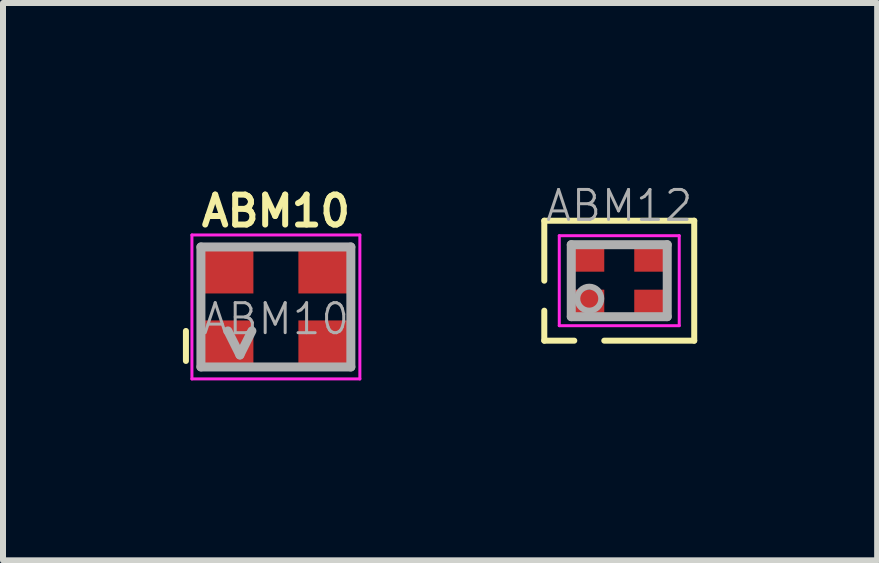
<source format=kicad_pcb>
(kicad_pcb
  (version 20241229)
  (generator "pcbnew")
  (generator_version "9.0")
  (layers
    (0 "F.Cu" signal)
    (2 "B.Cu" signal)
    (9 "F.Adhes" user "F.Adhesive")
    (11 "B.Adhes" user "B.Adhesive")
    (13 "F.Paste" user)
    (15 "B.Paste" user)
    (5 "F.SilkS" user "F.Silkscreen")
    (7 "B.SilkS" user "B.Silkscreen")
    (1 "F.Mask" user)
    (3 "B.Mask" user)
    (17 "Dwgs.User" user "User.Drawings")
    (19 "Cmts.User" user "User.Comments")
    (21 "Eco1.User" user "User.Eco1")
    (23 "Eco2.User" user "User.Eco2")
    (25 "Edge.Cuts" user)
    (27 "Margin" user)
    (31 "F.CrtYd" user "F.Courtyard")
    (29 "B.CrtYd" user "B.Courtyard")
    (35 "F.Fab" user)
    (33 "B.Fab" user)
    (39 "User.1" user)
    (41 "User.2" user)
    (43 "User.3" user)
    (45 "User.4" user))
  (footprint "ABM10"
    (layer "F.Cu")
    (at 1.55 2.068)
    (property "Reference" "ABM10" (at 0 -1.6 0) (layer "F.SilkS") (effects (font (size 0.5 0.5) (thickness 0.1))))
    (attr smd)
    (fp_line (start -1.5 0.4) (end -1.5 0.9) (stroke (width 0.1) (type solid)) (layer "F.SilkS"))
    (fp_line (start -1.2 1) (end -0.7 1) (stroke (width 0.1) (type solid)) (layer "F.SilkS"))
    (fp_line (start -1.4 -1.2) (end 1.4 -1.2) (stroke (width 0.05) (type solid)) (layer "F.CrtYd"))
    (fp_line (start -1.4 1.2) (end -1.4 -1.2) (stroke (width 0.05) (type solid)) (layer "F.CrtYd"))
    (fp_line (start 1.4 -1.2) (end 1.4 1.2) (stroke (width 0.05) (type solid)) (layer "F.CrtYd"))
    (fp_line (start 1.4 1.2) (end -1.4 1.2) (stroke (width 0.05) (type solid)) (layer "F.CrtYd"))
    (fp_line (start -1.25 -1) (end 1.25 -1) (stroke (width 0.15) (type solid)) (layer "F.Fab"))
    (fp_line (start -1.25 1) (end -1.25 -1) (stroke (width 0.15) (type solid)) (layer "F.Fab"))
    (fp_line (start -0.8 0.4) (end -0.6 0.8) (stroke (width 0.15) (type solid)) (layer "F.Fab"))
    (fp_line (start -0.6 0.8) (end -0.4 0.4) (stroke (width 0.15) (type solid)) (layer "F.Fab"))
    (fp_line (start 1.25 -1) (end 1.25 1) (stroke (width 0.15) (type solid)) (layer "F.Fab"))
    (fp_line (start 1.25 1) (end -1.25 1) (stroke (width 0.15) (type solid)) (layer "F.Fab"))
    (fp_text user "${REFERENCE}" (at 0 0.2 0) (layer "F.Fab") (effects (font (size 0.5 0.5) (thickness 0.05))))
    (pad "1" smd rect (at -0.825 0.625) (size 0.9 0.8) (layers "F.Cu" "F.Mask" "F.Paste"))
    (pad "2" smd rect (at 0.825 0.625) (size 0.9 0.8) (layers "F.Cu" "F.Mask" "F.Paste"))
    (pad "3" smd rect (at 0.825 -0.625) (size 0.9 0.8) (layers "F.Cu" "F.Mask" "F.Paste"))
    (pad "4" smd rect (at -0.825 -0.625) (size 0.9 0.8) (layers "F.Cu" "F.Mask" "F.Paste")))
  (footprint "ABM12"
    (layer "F.Cu")
    (at 7.275 1.63)
    (property "Reference" "ABM12" (at 0 -1.25 0) (layer "F.Fab") (effects (font (size 0.5 0.5) (thickness 0.05))))
    (attr smd)
    (fp_line (start -1.25 -1) (end 1.25 -1) (stroke (width 0.1) (type solid)) (layer "F.SilkS"))
    (fp_line (start -1.25 0) (end -1.25 -1) (stroke (width 0.1) (type solid)) (layer "F.SilkS"))
    (fp_line (start -1.25 0.5) (end -1.25 1) (stroke (width 0.1) (type solid)) (layer "F.SilkS"))
    (fp_line (start -1.25 1) (end -0.75 1) (stroke (width 0.1) (type solid)) (layer "F.SilkS"))
    (fp_line (start 1.25 -1) (end 1.25 1) (stroke (width 0.1) (type solid)) (layer "F.SilkS"))
    (fp_line (start 1.25 1) (end -0.25 1) (stroke (width 0.1) (type solid)) (layer "F.SilkS"))
    (fp_line (start -1 -0.75) (end 1 -0.75) (stroke (width 0.05) (type solid)) (layer "F.CrtYd"))
    (fp_line (start -1 0.75) (end -1 -0.75) (stroke (width 0.05) (type solid)) (layer "F.CrtYd"))
    (fp_line (start 1 -0.75) (end 1 0.75) (stroke (width 0.05) (type solid)) (layer "F.CrtYd"))
    (fp_line (start 1 0.75) (end -1 0.75) (stroke (width 0.05) (type solid)) (layer "F.CrtYd"))
    (fp_line (start -0.8 -0.6) (end 0.8 -0.6) (stroke (width 0.15) (type solid)) (layer "F.Fab"))
    (fp_line (start -0.8 0.6) (end -0.8 -0.6) (stroke (width 0.15) (type solid)) (layer "F.Fab"))
    (fp_line (start 0.8 -0.6) (end -0.8 -0.6) (stroke (width 0.05) (type solid)) (layer "F.Fab"))
    (fp_line (start 0.8 -0.6) (end 0.8 0.6) (stroke (width 0.15) (type solid)) (layer "F.Fab"))
    (fp_line (start 0.8 0.6) (end -0.8 0.6) (stroke (width 0.15) (type solid)) (layer "F.Fab"))
    (fp_circle (center -0.5 0.3) (end -0.3 0.3) (stroke (width 0.1) (type solid)) (fill no) (layer "F.Fab"))
    (pad "1" smd rect (at -0.55 0.4 180) (size 0.6 0.5) (layers "F.Cu" "F.Mask" "F.Paste"))
    (pad "2" smd rect (at 0.55 0.4 180) (size 0.6 0.5) (layers "F.Cu" "F.Mask" "F.Paste"))
    (pad "3" smd rect (at 0.55 -0.4 180) (size 0.6 0.5) (layers "F.Cu" "F.Mask" "F.Paste"))
    (pad "4" smd rect (at -0.55 -0.4 180) (size 0.6 0.5) (layers "F.Cu" "F.Mask" "F.Paste")))
  (gr_rect
    (start -3 -3)
    (end 11.575 6.293)
    (stroke (width 0.1) (type default))
    (fill no)
    (layer "Edge.Cuts")))
</source>
